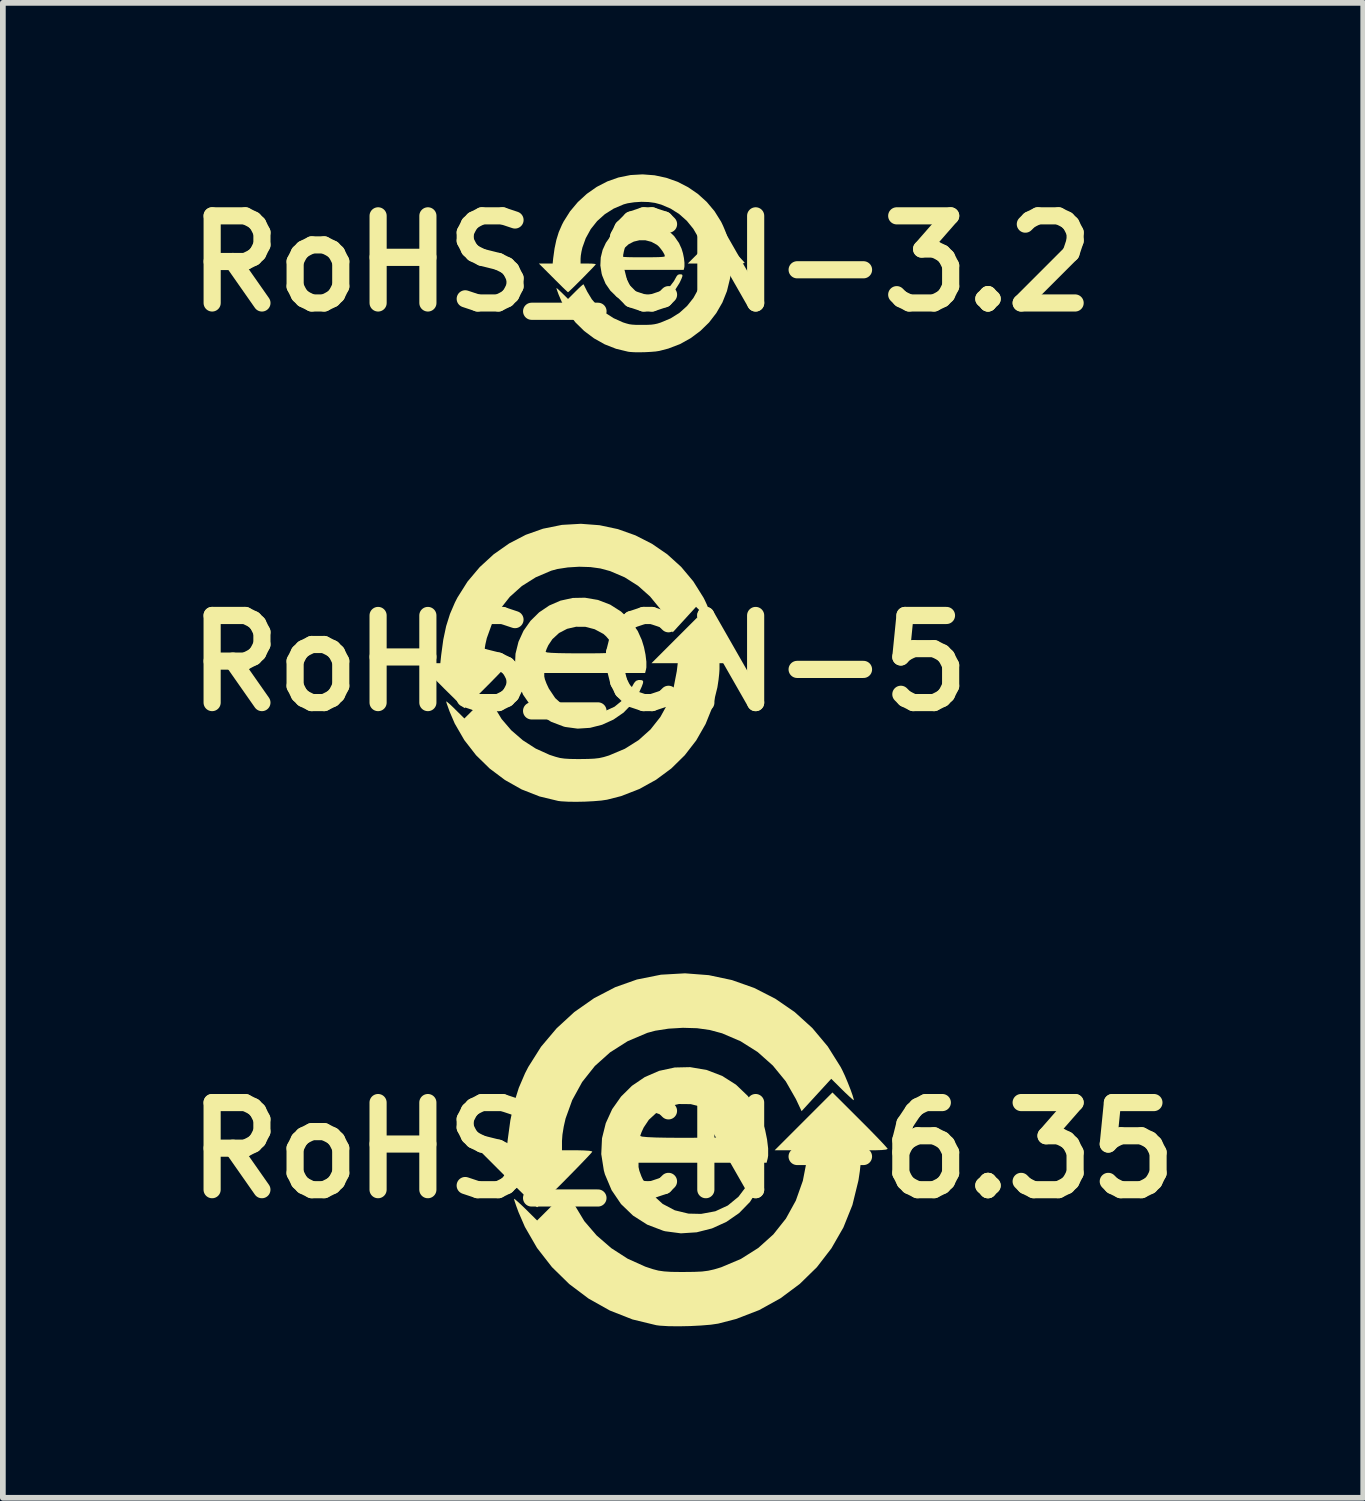
<source format=kicad_pcb>
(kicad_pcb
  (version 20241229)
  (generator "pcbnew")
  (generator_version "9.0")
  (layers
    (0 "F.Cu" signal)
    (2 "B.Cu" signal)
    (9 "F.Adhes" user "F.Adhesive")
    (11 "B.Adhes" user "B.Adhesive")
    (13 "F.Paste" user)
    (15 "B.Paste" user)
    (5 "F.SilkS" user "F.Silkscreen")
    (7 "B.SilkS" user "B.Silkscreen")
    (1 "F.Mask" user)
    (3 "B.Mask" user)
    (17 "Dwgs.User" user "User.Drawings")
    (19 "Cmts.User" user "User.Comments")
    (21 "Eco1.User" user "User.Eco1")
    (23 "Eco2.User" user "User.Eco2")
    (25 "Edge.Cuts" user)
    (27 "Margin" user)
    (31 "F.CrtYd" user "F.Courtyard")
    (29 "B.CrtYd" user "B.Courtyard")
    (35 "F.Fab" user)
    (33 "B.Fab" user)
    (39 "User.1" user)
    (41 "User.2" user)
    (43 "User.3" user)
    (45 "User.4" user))
  (footprint "RoHS_CN-5"
    (layer "F.Cu")
    (at 7.083 8.55)
    (property "Reference" "RoHS_CN-5" (at 0 0 0) (layer "F.SilkS") (effects (font (size 1.524 1.524) (thickness 0.3))))
    (attr board_only exclude_from_pos_files exclude_from_bom)
    (fp_poly (pts (xy 0.355 -2.413) (xy 0.675 -2.345) (xy 0.981 -2.236) (xy 1.271 -2.088) (xy 1.539 -1.904) (xy 1.782 -1.684) (xy 1.994 -1.431) (xy 2.172 -1.147) (xy 2.194 -1.104) (xy 2.23 -1.026) (xy 2.269 -0.934) (xy 2.306 -0.841) (xy 2.335 -0.759) (xy 2.352 -0.703) (xy 2.354 -0.689) (xy 2.338 -0.699) (xy 2.295 -0.737) (xy 2.233 -0.796) (xy 2.198 -0.83) (xy 2.042 -0.985) (xy 1.838 -0.762) (xy 1.633 -0.539) (xy 1.556 -0.705) (xy 1.415 -0.95) (xy 1.237 -1.167) (xy 1.028 -1.353) (xy 0.793 -1.502) (xy 0.538 -1.611) (xy 0.368 -1.657) (xy 0.194 -1.681) (xy -0.002 -1.687) (xy -0.2 -1.675) (xy -0.383 -1.647) (xy -0.49 -1.618) (xy -0.762 -1.502) (xy -1.005 -1.349) (xy -1.215 -1.161) (xy -1.389 -0.941) (xy -1.527 -0.691) (xy -1.618 -0.438) (xy -1.643 -0.328) (xy -1.661 -0.216) (xy -1.667 -0.129) (xy -1.667 0) (xy -1.459 0) (xy -1.365 0.002) (xy -1.293 0.007) (xy -1.254 0.015) (xy -1.25 0.019) (xy -1.267 0.04) (xy -1.312 0.09) (xy -1.38 0.161) (xy -1.465 0.249) (xy -1.56 0.346) (xy -1.66 0.446) (xy -1.758 0.544) (xy -1.848 0.633) (xy -1.923 0.706) (xy -1.979 0.759) (xy -2.008 0.783) (xy -2.011 0.785) (xy -2.031 0.768) (xy -2.081 0.721) (xy -2.155 0.65) (xy -2.248 0.558) (xy -2.356 0.452) (xy -2.415 0.392) (xy -2.807 0) (xy -2.431 0) (xy -2.416 -0.141) (xy -2.379 -0.413) (xy -2.329 -0.648) (xy -2.262 -0.861) (xy -2.176 -1.061) (xy -2.132 -1.147) (xy -1.956 -1.426) (xy -1.742 -1.68) (xy -1.497 -1.905) (xy -1.226 -2.095) (xy -0.935 -2.246) (xy -0.635 -2.352) (xy -0.304 -2.419) (xy 0.028 -2.438)) (stroke (width 0) (type solid)) (fill yes) (layer "F.SilkS"))
    (fp_poly (pts (xy 2.439 -0.417) (xy 2.55 -0.305) (xy 2.648 -0.205) (xy 2.729 -0.121) (xy 2.787 -0.059) (xy 2.816 -0.024) (xy 2.819 -0.019) (xy 2.797 -0.01) (xy 2.737 -0.003) (xy 2.653 -0.000082) (xy 2.636 0) (xy 2.452 0) (xy 2.452 0.107) (xy 2.447 0.183) (xy 2.436 0.286) (xy 2.419 0.399) (xy 2.415 0.424) (xy 2.334 0.754) (xy 2.209 1.064) (xy 2.045 1.351) (xy 1.844 1.611) (xy 1.609 1.842) (xy 1.343 2.039) (xy 1.05 2.201) (xy 0.732 2.325) (xy 0.485 2.388) (xy 0.384 2.403) (xy 0.25 2.414) (xy 0.098 2.422) (xy -0.057 2.425) (xy -0.2 2.423) (xy -0.318 2.416) (xy -0.368 2.41) (xy -0.696 2.331) (xy -1.009 2.208) (xy -1.3 2.044) (xy -1.568 1.843) (xy -1.806 1.61) (xy -2.011 1.346) (xy -2.179 1.056) (xy -2.267 0.851) (xy -2.297 0.768) (xy -2.32 0.703) (xy -2.329 0.669) (xy -2.329 0.668) (xy -2.313 0.677) (xy -2.27 0.713) (xy -2.208 0.771) (xy -2.17 0.809) (xy -2.01 0.967) (xy -1.803 0.761) (xy -1.722 0.682) (xy -1.654 0.619) (xy -1.607 0.578) (xy -1.587 0.565) (xy -1.587 0.565) (xy -1.573 0.591) (xy -1.544 0.65) (xy -1.504 0.731) (xy -1.488 0.764) (xy -1.359 0.977) (xy -1.19 1.174) (xy -0.989 1.348) (xy -0.762 1.494) (xy -0.519 1.604) (xy -0.503 1.609) (xy -0.414 1.638) (xy -0.338 1.658) (xy -0.259 1.669) (xy -0.164 1.675) (xy -0.039 1.677) (xy 0.012 1.677) (xy 0.154 1.675) (xy 0.26 1.67) (xy 0.347 1.66) (xy 0.428 1.642) (xy 0.517 1.615) (xy 0.527 1.611) (xy 0.797 1.497) (xy 1.037 1.346) (xy 1.245 1.16) (xy 1.418 0.941) (xy 1.554 0.694) (xy 1.651 0.421) (xy 1.705 0.141) (xy 1.722 0) (xy 1.263 0) (xy 1.661 -0.398) (xy 2.059 -0.796)) (stroke (width 0) (type solid)) (fill yes) (layer "F.SilkS"))
    (fp_poly (pts (xy 0.327 -1.106) (xy 0.54 -1.024) (xy 0.73 -0.903) (xy 0.893 -0.748) (xy 1.022 -0.563) (xy 1.093 -0.405) (xy 1.131 -0.281) (xy 1.158 -0.15) (xy 1.173 -0.026) (xy 1.173 0.074) (xy 1.167 0.109) (xy 1.151 0.172) (xy -0.613 0.172) (xy -0.613 0.231) (xy -0.602 0.282) (xy -0.573 0.359) (xy -0.533 0.444) (xy -0.422 0.61) (xy -0.28 0.739) (xy -0.113 0.827) (xy 0.075 0.873) (xy 0.249 0.877) (xy 0.445 0.84) (xy 0.617 0.761) (xy 0.765 0.64) (xy 0.886 0.478) (xy 0.919 0.418) (xy 0.959 0.346) (xy 0.992 0.309) (xy 1.032 0.295) (xy 1.056 0.294) (xy 1.096 0.298) (xy 1.116 0.313) (xy 1.115 0.347) (xy 1.093 0.408) (xy 1.05 0.503) (xy 1.035 0.534) (xy 0.922 0.712) (xy 0.774 0.865) (xy 0.597 0.987) (xy 0.399 1.077) (xy 0.188 1.131) (xy -0.029 1.145) (xy -0.244 1.116) (xy -0.272 1.109) (xy -0.493 1.025) (xy -0.689 0.901) (xy -0.853 0.741) (xy -0.984 0.55) (xy -1.076 0.332) (xy -1.091 0.277) (xy -1.126 0.053) (xy -1.116 -0.165) (xy -1.108 -0.197) (xy -0.588 -0.197) (xy -0.564 -0.188) (xy -0.491 -0.181) (xy -0.368 -0.176) (xy -0.198 -0.173) (xy 0.022 -0.172) (xy 0.025 -0.172) (xy 0.22 -0.172) (xy 0.372 -0.174) (xy 0.485 -0.177) (xy 0.562 -0.181) (xy 0.61 -0.188) (xy 0.634 -0.197) (xy 0.637 -0.204) (xy 0.622 -0.253) (xy 0.582 -0.323) (xy 0.528 -0.399) (xy 0.47 -0.468) (xy 0.421 -0.512) (xy 0.268 -0.594) (xy 0.106 -0.636) (xy -0.057 -0.637) (xy -0.213 -0.601) (xy -0.354 -0.528) (xy -0.471 -0.42) (xy -0.542 -0.314) (xy -0.571 -0.251) (xy -0.587 -0.205) (xy -0.588 -0.197) (xy -1.108 -0.197) (xy -1.064 -0.374) (xy -0.976 -0.567) (xy -0.854 -0.74) (xy -0.703 -0.889) (xy -0.527 -1.008) (xy -0.329 -1.094) (xy -0.114 -1.141) (xy 0.098 -1.145)) (stroke (width 0) (type solid)) (fill yes) (layer "F.SilkS")))
  (footprint "RoHS_CN-3.2"
    (layer "F.Cu")
    (at 8.172 1.56)
    (property "Reference" "RoHS_CN-3.2" (at 0 0 0) (layer "F.SilkS") (effects (font (size 1.524 1.524) (thickness 0.3))))
    (attr board_only exclude_from_pos_files exclude_from_bom)
    (fp_poly (pts (xy 0.227 -1.544) (xy 0.432 -1.5) (xy 0.628 -1.431) (xy 0.813 -1.336) (xy 0.985 -1.218) (xy 1.14 -1.078) (xy 1.276 -0.916) (xy 1.39 -0.734) (xy 1.404 -0.706) (xy 1.427 -0.657) (xy 1.452 -0.598) (xy 1.476 -0.538) (xy 1.494 -0.486) (xy 1.505 -0.45) (xy 1.506 -0.441) (xy 1.496 -0.447) (xy 1.469 -0.472) (xy 1.429 -0.509) (xy 1.406 -0.531) (xy 1.307 -0.63) (xy 1.176 -0.487) (xy 1.045 -0.345) (xy 0.996 -0.451) (xy 0.905 -0.608) (xy 0.792 -0.747) (xy 0.658 -0.866) (xy 0.508 -0.961) (xy 0.344 -1.031) (xy 0.235 -1.061) (xy 0.124 -1.076) (xy -0.001 -1.08) (xy -0.128 -1.072) (xy -0.245 -1.054) (xy -0.314 -1.035) (xy -0.488 -0.961) (xy -0.643 -0.863) (xy -0.777 -0.743) (xy -0.889 -0.602) (xy -0.977 -0.442) (xy -1.035 -0.28) (xy -1.051 -0.21) (xy -1.063 -0.138) (xy -1.067 -0.083) (xy -1.067 0) (xy -0.933 0) (xy -0.873 0.001) (xy -0.827 0.005) (xy -0.802 0.01) (xy -0.8 0.012) (xy -0.811 0.026) (xy -0.84 0.058) (xy -0.883 0.103) (xy -0.938 0.159) (xy -0.998 0.221) (xy -1.062 0.286) (xy -1.125 0.348) (xy -1.182 0.405) (xy -1.231 0.452) (xy -1.266 0.485) (xy -1.285 0.501) (xy -1.287 0.502) (xy -1.3 0.491) (xy -1.331 0.462) (xy -1.379 0.416) (xy -1.438 0.357) (xy -1.507 0.289) (xy -1.545 0.251) (xy -1.796 0) (xy -1.555 0) (xy -1.546 -0.09) (xy -1.522 -0.264) (xy -1.49 -0.415) (xy -1.448 -0.551) (xy -1.392 -0.679) (xy -1.364 -0.734) (xy -1.251 -0.913) (xy -1.115 -1.075) (xy -0.958 -1.219) (xy -0.784 -1.341) (xy -0.598 -1.437) (xy -0.406 -1.505) (xy -0.194 -1.548) (xy 0.018 -1.56)) (stroke (width 0) (type solid)) (fill yes) (layer "F.SilkS"))
    (fp_poly (pts (xy 1.561 -0.267) (xy 1.632 -0.195) (xy 1.695 -0.131) (xy 1.746 -0.078) (xy 1.783 -0.038) (xy 1.802 -0.015) (xy 1.804 -0.012) (xy 1.79 -0.006) (xy 1.752 -0.002) (xy 1.698 -0.000053) (xy 1.687 0) (xy 1.569 0) (xy 1.569 0.069) (xy 1.566 0.117) (xy 1.559 0.183) (xy 1.548 0.255) (xy 1.545 0.271) (xy 1.493 0.483) (xy 1.414 0.681) (xy 1.308 0.865) (xy 1.18 1.031) (xy 1.029 1.178) (xy 0.859 1.305) (xy 0.672 1.409) (xy 0.468 1.487) (xy 0.311 1.528) (xy 0.246 1.538) (xy 0.16 1.545) (xy 0.063 1.55) (xy -0.036 1.552) (xy -0.128 1.551) (xy -0.204 1.546) (xy -0.235 1.542) (xy -0.446 1.491) (xy -0.645 1.413) (xy -0.832 1.308) (xy -1.003 1.18) (xy -1.156 1.03) (xy -1.287 0.861) (xy -1.394 0.675) (xy -1.45 0.545) (xy -1.47 0.491) (xy -1.484 0.45) (xy -1.49 0.428) (xy -1.49 0.428) (xy -1.48 0.433) (xy -1.453 0.456) (xy -1.413 0.494) (xy -1.388 0.518) (xy -1.286 0.619) (xy -1.154 0.487) (xy -1.102 0.436) (xy -1.059 0.396) (xy -1.028 0.37) (xy -1.016 0.362) (xy -1.016 0.362) (xy -1.007 0.378) (xy -0.988 0.416) (xy -0.962 0.468) (xy -0.952 0.489) (xy -0.87 0.625) (xy -0.762 0.751) (xy -0.633 0.863) (xy -0.488 0.956) (xy -0.332 1.026) (xy -0.322 1.03) (xy -0.265 1.048) (xy -0.216 1.061) (xy -0.166 1.068) (xy -0.105 1.072) (xy -0.025 1.073) (xy 0.008 1.073) (xy 0.098 1.072) (xy 0.167 1.069) (xy 0.222 1.062) (xy 0.274 1.051) (xy 0.331 1.033) (xy 0.337 1.031) (xy 0.51 0.958) (xy 0.664 0.861) (xy 0.796 0.742) (xy 0.907 0.602) (xy 0.994 0.444) (xy 1.057 0.269) (xy 1.091 0.09) (xy 1.102 0) (xy 0.808 0) (xy 1.063 -0.255) (xy 1.318 -0.51)) (stroke (width 0) (type solid)) (fill yes) (layer "F.SilkS"))
    (fp_poly (pts (xy 0.21 -0.708) (xy 0.346 -0.655) (xy 0.467 -0.578) (xy 0.571 -0.479) (xy 0.654 -0.36) (xy 0.7 -0.259) (xy 0.724 -0.18) (xy 0.741 -0.096) (xy 0.75 -0.017) (xy 0.75 0.048) (xy 0.747 0.07) (xy 0.737 0.11) (xy -0.392 0.11) (xy -0.392 0.148) (xy -0.385 0.18) (xy -0.367 0.23) (xy -0.341 0.284) (xy -0.27 0.39) (xy -0.179 0.473) (xy -0.073 0.529) (xy 0.048 0.559) (xy 0.159 0.561) (xy 0.285 0.538) (xy 0.395 0.487) (xy 0.489 0.409) (xy 0.567 0.306) (xy 0.588 0.267) (xy 0.614 0.221) (xy 0.635 0.197) (xy 0.66 0.189) (xy 0.676 0.188) (xy 0.701 0.19) (xy 0.714 0.2) (xy 0.714 0.222) (xy 0.7 0.261) (xy 0.672 0.322) (xy 0.662 0.342) (xy 0.59 0.456) (xy 0.495 0.553) (xy 0.382 0.632) (xy 0.255 0.689) (xy 0.12 0.723) (xy -0.018 0.732) (xy -0.156 0.714) (xy -0.174 0.71) (xy -0.316 0.656) (xy -0.441 0.576) (xy -0.546 0.474) (xy -0.63 0.352) (xy -0.688 0.212) (xy -0.698 0.177) (xy -0.721 0.034) (xy -0.714 -0.106) (xy -0.709 -0.126) (xy -0.377 -0.126) (xy -0.361 -0.12) (xy -0.314 -0.116) (xy -0.236 -0.112) (xy -0.126 -0.11) (xy 0.014 -0.11) (xy 0.016 -0.11) (xy 0.141 -0.11) (xy 0.238 -0.111) (xy 0.31 -0.113) (xy 0.36 -0.116) (xy 0.391 -0.12) (xy 0.405 -0.126) (xy 0.408 -0.13) (xy 0.398 -0.162) (xy 0.373 -0.206) (xy 0.338 -0.255) (xy 0.301 -0.299) (xy 0.269 -0.327) (xy 0.172 -0.38) (xy 0.068 -0.407) (xy -0.036 -0.408) (xy -0.136 -0.384) (xy -0.226 -0.338) (xy -0.302 -0.269) (xy -0.347 -0.201) (xy -0.365 -0.16) (xy -0.376 -0.131) (xy -0.377 -0.126) (xy -0.709 -0.126) (xy -0.681 -0.239) (xy -0.624 -0.363) (xy -0.547 -0.473) (xy -0.45 -0.569) (xy -0.337 -0.645) (xy -0.211 -0.7) (xy -0.073 -0.73) (xy 0.063 -0.733)) (stroke (width 0) (type solid)) (fill yes) (layer "F.SilkS")))
  (footprint "RoHS_CN-6.35"
    (layer "F.Cu")
    (at 8.897 17.07)
    (property "Reference" "RoHS_CN-6.35" (at 0 0 0) (layer "F.SilkS") (effects (font (size 1.524 1.524) (thickness 0.3))))
    (attr board_only exclude_from_pos_files exclude_from_bom)
    (fp_poly (pts (xy 0.451 -3.063) (xy 0.856 -2.977) (xy 1.246 -2.839) (xy 1.614 -2.651) (xy 1.954 -2.417) (xy 2.262 -2.138) (xy 2.531 -1.817) (xy 2.757 -1.457) (xy 2.786 -1.401) (xy 2.832 -1.303) (xy 2.881 -1.186) (xy 2.928 -1.067) (xy 2.965 -0.964) (xy 2.986 -0.892) (xy 2.988 -0.875) (xy 2.968 -0.888) (xy 2.914 -0.936) (xy 2.835 -1.01) (xy 2.79 -1.054) (xy 2.593 -1.25) (xy 2.074 -0.684) (xy 1.975 -0.895) (xy 1.797 -1.206) (xy 1.571 -1.482) (xy 1.306 -1.718) (xy 1.007 -1.907) (xy 0.683 -2.046) (xy 0.467 -2.104) (xy 0.246 -2.135) (xy -0.002 -2.142) (xy -0.254 -2.127) (xy -0.486 -2.091) (xy -0.623 -2.054) (xy -0.968 -1.908) (xy -1.275 -1.713) (xy -1.542 -1.474) (xy -1.764 -1.194) (xy -1.938 -0.877) (xy -2.054 -0.556) (xy -2.086 -0.416) (xy -2.109 -0.274) (xy -2.117 -0.164) (xy -2.117 0) (xy -1.852 0) (xy -1.733 0.003) (xy -1.641 0.009) (xy -1.592 0.019) (xy -1.587 0.024) (xy -1.608 0.051) (xy -1.666 0.114) (xy -1.753 0.205) (xy -1.86 0.316) (xy -1.981 0.439) (xy -2.107 0.567) (xy -2.232 0.691) (xy -2.346 0.803) (xy -2.442 0.897) (xy -2.513 0.963) (xy -2.55 0.995) (xy -2.553 0.996) (xy -2.579 0.975) (xy -2.642 0.916) (xy -2.736 0.825) (xy -2.854 0.709) (xy -2.991 0.573) (xy -3.066 0.498) (xy -3.563 0) (xy -3.086 0) (xy -3.067 -0.179) (xy -3.02 -0.524) (xy -2.957 -0.823) (xy -2.872 -1.093) (xy -2.763 -1.347) (xy -2.707 -1.456) (xy -2.483 -1.811) (xy -2.211 -2.133) (xy -1.9 -2.419) (xy -1.556 -2.66) (xy -1.187 -2.852) (xy -0.806 -2.987) (xy -0.386 -3.071) (xy 0.035 -3.095)) (stroke (width 0) (type solid)) (fill yes) (layer "F.SilkS"))
    (fp_poly (pts (xy 3.097 -0.529) (xy 3.238 -0.388) (xy 3.363 -0.26) (xy 3.465 -0.154) (xy 3.538 -0.075) (xy 3.576 -0.031) (xy 3.58 -0.024) (xy 3.551 -0.012) (xy 3.475 -0.004) (xy 3.368 -0.000104) (xy 3.346 0) (xy 3.113 0) (xy 3.113 0.136) (xy 3.107 0.232) (xy 3.093 0.364) (xy 3.072 0.506) (xy 3.066 0.538) (xy 2.963 0.958) (xy 2.805 1.351) (xy 2.596 1.715) (xy 2.341 2.046) (xy 2.042 2.338) (xy 1.705 2.589) (xy 1.333 2.795) (xy 0.929 2.951) (xy 0.616 3.032) (xy 0.487 3.051) (xy 0.317 3.065) (xy 0.125 3.075) (xy -0.072 3.079) (xy -0.254 3.077) (xy -0.404 3.068) (xy -0.467 3.06) (xy -0.884 2.959) (xy -1.28 2.803) (xy -1.651 2.595) (xy -1.99 2.34) (xy -2.293 2.043) (xy -2.553 1.709) (xy -2.766 1.34) (xy -2.878 1.081) (xy -2.917 0.975) (xy -2.945 0.892) (xy -2.957 0.85) (xy -2.957 0.848) (xy -2.937 0.859) (xy -2.883 0.906) (xy -2.804 0.979) (xy -2.755 1.027) (xy -2.552 1.228) (xy -2.289 0.966) (xy -2.186 0.866) (xy -2.1 0.785) (xy -2.04 0.733) (xy -2.015 0.717) (xy -2.015 0.718) (xy -1.998 0.75) (xy -1.96 0.825) (xy -1.91 0.928) (xy -1.889 0.97) (xy -1.726 1.24) (xy -1.511 1.49) (xy -1.255 1.712) (xy -0.968 1.897) (xy -0.659 2.036) (xy -0.638 2.043) (xy -0.526 2.08) (xy -0.429 2.105) (xy -0.329 2.119) (xy -0.208 2.127) (xy -0.05 2.129) (xy 0.016 2.129) (xy 0.195 2.127) (xy 0.331 2.121) (xy 0.44 2.107) (xy 0.543 2.084) (xy 0.656 2.05) (xy 0.669 2.046) (xy 1.012 1.901) (xy 1.316 1.709) (xy 1.58 1.472) (xy 1.8 1.195) (xy 1.973 0.881) (xy 2.096 0.534) (xy 2.165 0.179) (xy 2.186 0) (xy 1.895 -0.000001) (xy 1.603 -0.000001) (xy 2.109 -0.506) (xy 2.614 -1.011)) (stroke (width 0) (type solid)) (fill yes) (layer "F.SilkS"))
    (fp_poly (pts (xy 0.416 -1.404) (xy 0.686 -1.3) (xy 0.927 -1.147) (xy 1.133 -0.95) (xy 1.297 -0.715) (xy 1.388 -0.514) (xy 1.436 -0.357) (xy 1.47 -0.19) (xy 1.489 -0.033) (xy 1.489 0.094) (xy 1.482 0.138) (xy 1.462 0.218) (xy -0.778 0.218) (xy -0.778 0.293) (xy -0.764 0.358) (xy -0.728 0.456) (xy -0.677 0.563) (xy -0.535 0.775) (xy -0.356 0.938) (xy -0.144 1.05) (xy 0.095 1.108) (xy 0.316 1.113) (xy 0.565 1.067) (xy 0.784 0.966) (xy 0.971 0.812) (xy 1.125 0.607) (xy 1.167 0.53) (xy 1.217 0.439) (xy 1.26 0.392) (xy 1.31 0.375) (xy 1.341 0.374) (xy 1.392 0.378) (xy 1.417 0.397) (xy 1.416 0.441) (xy 1.388 0.518) (xy 1.333 0.639) (xy 1.314 0.678) (xy 1.171 0.904) (xy 0.982 1.098) (xy 0.758 1.253) (xy 0.507 1.367) (xy 0.239 1.435) (xy -0.037 1.453) (xy -0.31 1.417) (xy -0.345 1.408) (xy -0.626 1.301) (xy -0.874 1.143) (xy -1.084 0.941) (xy -1.249 0.698) (xy -1.366 0.421) (xy -1.385 0.352) (xy -1.43 0.067) (xy -1.417 -0.21) (xy -1.407 -0.25) (xy -0.747 -0.25) (xy -0.716 -0.239) (xy -0.623 -0.23) (xy -0.468 -0.223) (xy -0.251 -0.219) (xy 0.028 -0.218) (xy 0.031 -0.218) (xy 0.28 -0.219) (xy 0.473 -0.221) (xy 0.615 -0.224) (xy 0.714 -0.23) (xy 0.775 -0.239) (xy 0.804 -0.25) (xy 0.809 -0.258) (xy 0.79 -0.321) (xy 0.739 -0.41) (xy 0.671 -0.507) (xy 0.597 -0.594) (xy 0.535 -0.65) (xy 0.34 -0.755) (xy 0.135 -0.807) (xy -0.072 -0.809) (xy -0.27 -0.763) (xy -0.449 -0.67) (xy -0.598 -0.533) (xy -0.688 -0.398) (xy -0.725 -0.318) (xy -0.746 -0.26) (xy -0.747 -0.25) (xy -1.407 -0.25) (xy -1.351 -0.474) (xy -1.239 -0.719) (xy -1.084 -0.939) (xy -0.893 -1.128) (xy -0.669 -1.28) (xy -0.418 -1.389) (xy -0.145 -1.448) (xy 0.125 -1.454)) (stroke (width 0) (type solid)) (fill yes) (layer "F.SilkS")))
  (gr_rect
    (start -3 -3)
    (end 20.795 23.149)
    (stroke (width 0.1) (type default))
    (fill no)
    (layer "Edge.Cuts")))
</source>
